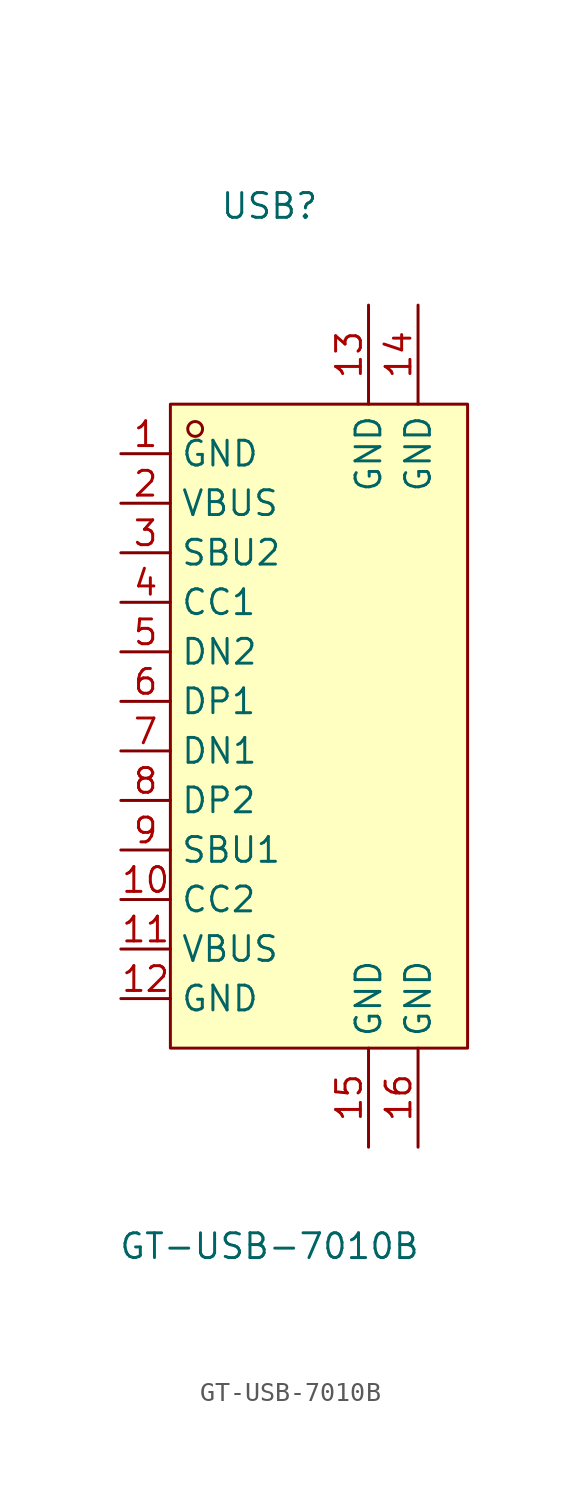
<source format=kicad_sym>
(kicad_symbol_lib
  (version 20211014)
  (generator https://github.com/uPesy/easyeda2kicad.py)
  (symbol "GT-USB-7010B"
    (property "Reference" "USB"
      (at 0 27.94 0)
      (effects (font (size 1.27 1.27))))
    (property "Value" "GT-USB-7010B"
      (at 0 -25.40 0)
      (effects (font (size 1.27 1.27))))
    (symbol "GT-USB-7010B_0_1"
      (rectangle (start -5.08 17.78) (end 10.16 -15.24) (stroke (width 0) (type default) (color 0 0 0 0)) (fill (type background)))
      (circle (center -3.81 16.51) (radius 0.38) (stroke (width 0) (type default) (color 0 0 0 0)) (fill (type none)))
      (pin unspecified line (at -7.62 15.24 0) (length 2.54) (name "GND" (effects (font (size 1.27 1.27)))) (number "1" (effects (font (size 1.27 1.27)))))
      (pin unspecified line (at -7.62 12.70 0) (length 2.54) (name "VBUS" (effects (font (size 1.27 1.27)))) (number "2" (effects (font (size 1.27 1.27)))))
      (pin unspecified line (at -7.62 10.16 0) (length 2.54) (name "SBU2" (effects (font (size 1.27 1.27)))) (number "3" (effects (font (size 1.27 1.27)))))
      (pin unspecified line (at -7.62 7.62 0) (length 2.54) (name "CC1" (effects (font (size 1.27 1.27)))) (number "4" (effects (font (size 1.27 1.27)))))
      (pin unspecified line (at -7.62 5.08 0) (length 2.54) (name "DN2" (effects (font (size 1.27 1.27)))) (number "5" (effects (font (size 1.27 1.27)))))
      (pin unspecified line (at -7.62 2.54 0) (length 2.54) (name "DP1" (effects (font (size 1.27 1.27)))) (number "6" (effects (font (size 1.27 1.27)))))
      (pin unspecified line (at -7.62 -0.00 0) (length 2.54) (name "DN1" (effects (font (size 1.27 1.27)))) (number "7" (effects (font (size 1.27 1.27)))))
      (pin unspecified line (at -7.62 -2.54 0) (length 2.54) (name "DP2" (effects (font (size 1.27 1.27)))) (number "8" (effects (font (size 1.27 1.27)))))
      (pin unspecified line (at -7.62 -5.08 0) (length 2.54) (name "SBU1" (effects (font (size 1.27 1.27)))) (number "9" (effects (font (size 1.27 1.27)))))
      (pin unspecified line (at -7.62 -7.62 0) (length 2.54) (name "CC2" (effects (font (size 1.27 1.27)))) (number "10" (effects (font (size 1.27 1.27)))))
      (pin unspecified line (at -7.62 -10.16 0) (length 2.54) (name "VBUS" (effects (font (size 1.27 1.27)))) (number "11" (effects (font (size 1.27 1.27)))))
      (pin unspecified line (at -7.62 -12.70 0) (length 2.54) (name "GND" (effects (font (size 1.27 1.27)))) (number "12" (effects (font (size 1.27 1.27)))))
      (pin unspecified line (at 5.08 22.86 270) (length 5.08) (name "GND" (effects (font (size 1.27 1.27)))) (number "13" (effects (font (size 1.27 1.27)))))
      (pin unspecified line (at 7.62 22.86 270) (length 5.08) (name "GND" (effects (font (size 1.27 1.27)))) (number "14" (effects (font (size 1.27 1.27)))))
      (pin unspecified line (at 5.08 -20.32 90) (length 5.08) (name "GND" (effects (font (size 1.27 1.27)))) (number "15" (effects (font (size 1.27 1.27)))))
      (pin unspecified line (at 7.62 -20.32 90) (length 5.08) (name "GND" (effects (font (size 1.27 1.27)))) (number "16" (effects (font (size 1.27 1.27))))))))
</source>
